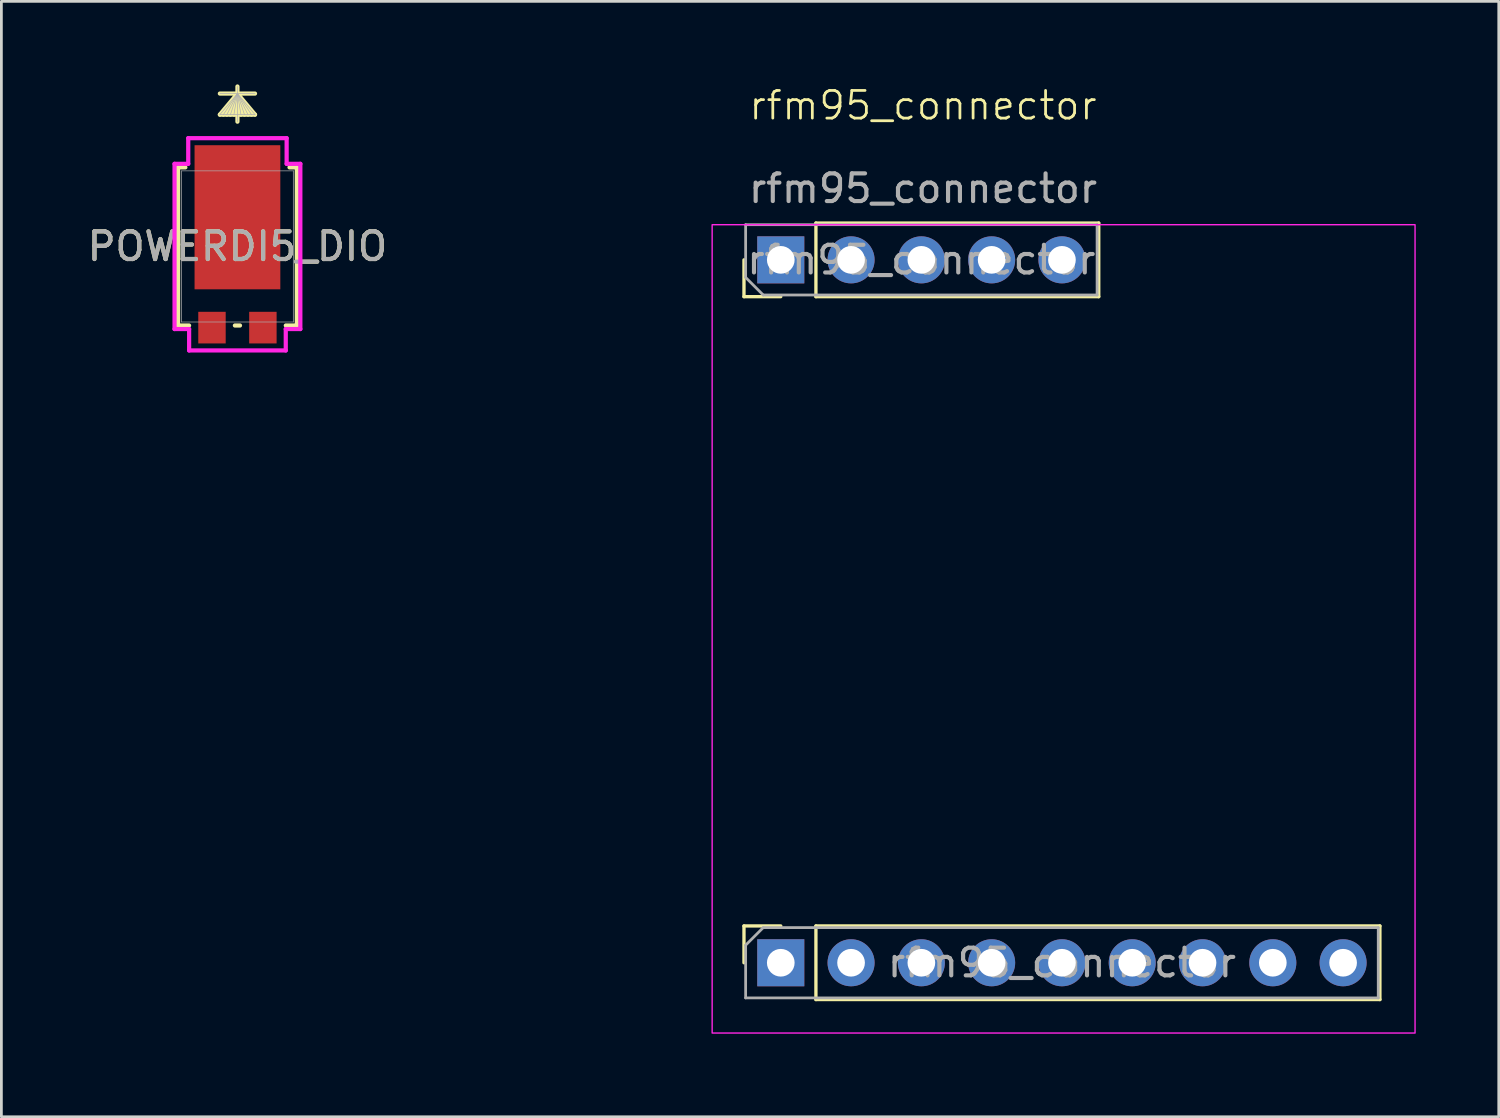
<source format=kicad_pcb>
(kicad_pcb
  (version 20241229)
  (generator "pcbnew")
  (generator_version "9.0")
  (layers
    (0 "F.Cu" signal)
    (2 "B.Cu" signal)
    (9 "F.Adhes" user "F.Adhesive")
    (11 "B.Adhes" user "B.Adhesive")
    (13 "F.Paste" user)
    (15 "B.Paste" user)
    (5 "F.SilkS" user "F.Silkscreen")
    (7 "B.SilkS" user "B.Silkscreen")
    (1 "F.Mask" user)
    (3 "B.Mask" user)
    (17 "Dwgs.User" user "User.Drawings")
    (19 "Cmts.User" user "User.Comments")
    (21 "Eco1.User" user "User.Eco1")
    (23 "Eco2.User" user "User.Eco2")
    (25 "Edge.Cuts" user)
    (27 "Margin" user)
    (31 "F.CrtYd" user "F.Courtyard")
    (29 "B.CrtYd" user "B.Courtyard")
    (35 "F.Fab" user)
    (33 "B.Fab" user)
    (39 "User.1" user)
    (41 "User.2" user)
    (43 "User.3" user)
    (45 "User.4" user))
  (footprint "rfm95_connector"
    (layer "F.Cu")
    (at 30.304 1.26)
    (property "Reference" "rfm95_connector" (at 0 -0.5 0) (unlocked yes) (layer "F.SilkS") (effects (font (size 1 1) (thickness 0.1))))
    (attr through_hole)
    (fp_line (start -6.47 6.41) (end -6.47 5.08) (stroke (width 0.12) (type solid)) (layer "F.SilkS"))
    (fp_line (start -6.47 29.15) (end -5.14 29.15) (stroke (width 0.12) (type solid)) (layer "F.SilkS"))
    (fp_line (start -6.47 30.48) (end -6.47 29.15) (stroke (width 0.12) (type solid)) (layer "F.SilkS"))
    (fp_line (start -5.14 6.41) (end -6.47 6.41) (stroke (width 0.12) (type solid)) (layer "F.SilkS"))
    (fp_line (start -3.87 3.75) (end 6.35 3.75) (stroke (width 0.12) (type solid)) (layer "F.SilkS"))
    (fp_line (start -3.87 6.41) (end -3.87 3.75) (stroke (width 0.12) (type solid)) (layer "F.SilkS"))
    (fp_line (start -3.87 6.41) (end 6.35 6.41) (stroke (width 0.12) (type solid)) (layer "F.SilkS"))
    (fp_line (start -3.87 29.15) (end 16.51 29.15) (stroke (width 0.12) (type solid)) (layer "F.SilkS"))
    (fp_line (start -3.87 31.81) (end -3.87 29.15) (stroke (width 0.12) (type solid)) (layer "F.SilkS"))
    (fp_line (start -3.87 31.81) (end 16.51 31.81) (stroke (width 0.12) (type solid)) (layer "F.SilkS"))
    (fp_line (start 6.35 6.41) (end 6.35 3.75) (stroke (width 0.12) (type solid)) (layer "F.SilkS"))
    (fp_line (start 16.51 31.81) (end 16.51 29.15) (stroke (width 0.12) (type solid)) (layer "F.SilkS"))
    (fp_rect (start -7.62 3.81) (end 17.78 33.02) (stroke (width 0.05) (type default)) (fill no) (layer "F.CrtYd"))
    (fp_line (start -6.41 3.81) (end 6.29 3.81) (stroke (width 0.1) (type solid)) (layer "F.Fab"))
    (fp_line (start -6.41 5.715) (end -6.41 3.81) (stroke (width 0.1) (type solid)) (layer "F.Fab"))
    (fp_line (start -6.41 29.845) (end -5.775 29.21) (stroke (width 0.1) (type solid)) (layer "F.Fab"))
    (fp_line (start -6.41 31.75) (end -6.41 29.845) (stroke (width 0.1) (type solid)) (layer "F.Fab"))
    (fp_line (start -5.775 6.35) (end -6.41 5.715) (stroke (width 0.1) (type solid)) (layer "F.Fab"))
    (fp_line (start -5.775 29.21) (end 16.45 29.21) (stroke (width 0.1) (type solid)) (layer "F.Fab"))
    (fp_line (start 6.29 3.81) (end 6.29 6.35) (stroke (width 0.1) (type solid)) (layer "F.Fab"))
    (fp_line (start 6.29 6.35) (end -5.775 6.35) (stroke (width 0.1) (type solid)) (layer "F.Fab"))
    (fp_line (start 16.45 29.21) (end 16.45 31.75) (stroke (width 0.1) (type solid)) (layer "F.Fab"))
    (fp_line (start 16.45 31.75) (end -6.41 31.75) (stroke (width 0.1) (type solid)) (layer "F.Fab"))
    (fp_text user "${REFERENCE}" (at 5.02 30.48 180) (layer "F.Fab") (effects (font (size 1 1) (thickness 0.15))))
    (fp_text user "${REFERENCE}" (at -0.06 5.08 180) (layer "F.Fab") (effects (font (size 1 1) (thickness 0.15))))
    (fp_text user "${REFERENCE}" (at 0 2.5 0) (unlocked yes) (layer "F.Fab") (effects (font (size 1 1) (thickness 0.15))))
    (dimension (type aligned) (layer "User.1") (pts (xy 25.164 6.34) (xy 25.164 31.741)) (height 5.02) (format (prefix "") (suffix "") (units 3) (units_format 1) (precision 4)) (style (thickness 0.1) (arrow_length 1.27) (text_position_mode 0) (arrow_direction outward) (extension_height 0.586) (extension_offset 0.5) (keep_text_aligned yes)) (gr_text "25.4000 mm" (at 18.994 19.041 90) (layer "User.1") (effects (font (size 1 1) (thickness 0.15)))))
    (pad "1" thru_hole rect (at -5.14 5.08 90) (size 1.7 1.7) (drill 1) (layers "*.Cu" "*.Mask"))
    (pad "1" thru_hole rect (at -5.14 30.48 90) (size 1.7 1.7) (drill 1) (layers "*.Cu" "*.Mask"))
    (pad "2" thru_hole oval (at -2.6 5.08 90) (size 1.7 1.7) (drill 1) (layers "*.Cu" "*.Mask"))
    (pad "2" thru_hole oval (at -2.6 30.48 90) (size 1.7 1.7) (drill 1) (layers "*.Cu" "*.Mask"))
    (pad "3" thru_hole oval (at -0.06 5.08 90) (size 1.7 1.7) (drill 1) (layers "*.Cu" "*.Mask"))
    (pad "3" thru_hole oval (at -0.06 30.48 90) (size 1.7 1.7) (drill 1) (layers "*.Cu" "*.Mask"))
    (pad "4" thru_hole oval (at 2.48 5.08 90) (size 1.7 1.7) (drill 1) (layers "*.Cu" "*.Mask"))
    (pad "4" thru_hole oval (at 2.48 30.48 90) (size 1.7 1.7) (drill 1) (layers "*.Cu" "*.Mask"))
    (pad "5" thru_hole oval (at 5.02 5.08 90) (size 1.7 1.7) (drill 1) (layers "*.Cu" "*.Mask"))
    (pad "5" thru_hole oval (at 5.02 30.48 90) (size 1.7 1.7) (drill 1) (layers "*.Cu" "*.Mask"))
    (pad "6" thru_hole oval (at 7.56 30.48 90) (size 1.7 1.7) (drill 1) (layers "*.Cu" "*.Mask"))
    (pad "7" thru_hole oval (at 10.1 30.48 90) (size 1.7 1.7) (drill 1) (layers "*.Cu" "*.Mask"))
    (pad "8" thru_hole oval (at 12.64 30.48 90) (size 1.7 1.7) (drill 1) (layers "*.Cu" "*.Mask"))
    (pad "9" thru_hole oval (at 15.18 30.48 90) (size 1.7 1.7) (drill 1) (layers "*.Cu" "*.Mask")))
  (footprint "POWERDI5_DIO"
    (layer "F.Cu")
    (at 5.53 5.855)
    (property "Reference" "POWERDI5_DIO" (at 0 0 0) (unlocked yes) (layer "F.SilkS") (effects (font (size 1 1) (thickness 0.15))))
    (attr smd)
    (fp_line (start -2.146 -2.857) (end -2.146 2.857) (stroke (width 0.152) (type solid)) (layer "F.SilkS"))
    (fp_line (start -2.146 2.857) (end -1.748 2.857) (stroke (width 0.152) (type solid)) (layer "F.SilkS"))
    (fp_line (start -1.882 -2.857) (end -2.146 -2.857) (stroke (width 0.152) (type solid)) (layer "F.SilkS"))
    (fp_line (start -0.092 2.857) (end 0.092 2.857) (stroke (width 0.152) (type solid)) (layer "F.SilkS"))
    (fp_line (start 0 -5.524) (end -0.635 -4.763) (stroke (width 0.152) (type solid)) (layer "F.SilkS"))
    (fp_line (start 0 -5.524) (end -0.508 -4.763) (stroke (width 0.152) (type solid)) (layer "F.SilkS"))
    (fp_line (start 0 -5.524) (end -0.381 -4.763) (stroke (width 0.152) (type solid)) (layer "F.SilkS"))
    (fp_line (start 0 -5.524) (end -0.254 -4.763) (stroke (width 0.152) (type solid)) (layer "F.SilkS"))
    (fp_line (start 0 -5.524) (end -0.127 -4.763) (stroke (width 0.152) (type solid)) (layer "F.SilkS"))
    (fp_line (start 0 -5.524) (end 0.127 -4.763) (stroke (width 0.152) (type solid)) (layer "F.SilkS"))
    (fp_line (start 0 -5.524) (end 0.254 -4.763) (stroke (width 0.152) (type solid)) (layer "F.SilkS"))
    (fp_line (start 0 -5.524) (end 0.381 -4.763) (stroke (width 0.152) (type solid)) (layer "F.SilkS"))
    (fp_line (start 0 -5.524) (end 0.508 -4.763) (stroke (width 0.152) (type solid)) (layer "F.SilkS"))
    (fp_line (start 0 -5.524) (end 0.635 -4.763) (stroke (width 0.152) (type solid)) (layer "F.SilkS"))
    (fp_line (start 0 -4.508) (end 0 -5.779) (stroke (width 0.152) (type solid)) (layer "F.SilkS"))
    (fp_line (start 0.635 -5.524) (end -0.635 -5.524) (stroke (width 0.152) (type solid)) (layer "F.SilkS"))
    (fp_line (start 0.635 -4.763) (end -0.635 -4.763) (stroke (width 0.152) (type solid)) (layer "F.SilkS"))
    (fp_line (start 1.748 2.857) (end 2.146 2.857) (stroke (width 0.152) (type solid)) (layer "F.SilkS"))
    (fp_line (start 2.146 -2.857) (end 1.882 -2.857) (stroke (width 0.152) (type solid)) (layer "F.SilkS"))
    (fp_line (start 2.146 2.857) (end 2.146 -2.857) (stroke (width 0.152) (type solid)) (layer "F.SilkS"))
    (fp_line (start -2.273 -2.985) (end -1.778 -2.985) (stroke (width 0.152) (type solid)) (layer "F.CrtYd"))
    (fp_line (start -2.273 2.985) (end -2.273 -2.985) (stroke (width 0.152) (type solid)) (layer "F.CrtYd"))
    (fp_line (start -1.778 -3.912) (end -1.778 -2.985) (stroke (width 0.152) (type solid)) (layer "F.CrtYd"))
    (fp_line (start -1.778 -3.912) (end 1.778 -3.912) (stroke (width 0.152) (type solid)) (layer "F.CrtYd"))
    (fp_line (start -1.746 2.985) (end -2.273 2.985) (stroke (width 0.152) (type solid)) (layer "F.CrtYd"))
    (fp_line (start -1.746 2.985) (end -1.746 3.759) (stroke (width 0.152) (type solid)) (layer "F.CrtYd"))
    (fp_line (start -1.746 3.759) (end 1.746 3.759) (stroke (width 0.152) (type solid)) (layer "F.CrtYd"))
    (fp_line (start 1.746 2.985) (end 1.746 3.759) (stroke (width 0.152) (type solid)) (layer "F.CrtYd"))
    (fp_line (start 1.778 -3.912) (end 1.778 -2.985) (stroke (width 0.152) (type solid)) (layer "F.CrtYd"))
    (fp_line (start 2.273 -2.985) (end 1.778 -2.985) (stroke (width 0.152) (type solid)) (layer "F.CrtYd"))
    (fp_line (start 2.273 -2.985) (end 2.273 2.985) (stroke (width 0.152) (type solid)) (layer "F.CrtYd"))
    (fp_line (start 2.273 2.985) (end 1.746 2.985) (stroke (width 0.152) (type solid)) (layer "F.CrtYd"))
    (fp_line (start -2.019 -2.731) (end -2.019 2.731) (stroke (width 0.025) (type solid)) (layer "F.Fab"))
    (fp_line (start -2.019 2.731) (end 2.019 2.731) (stroke (width 0.025) (type solid)) (layer "F.Fab"))
    (fp_line (start 0 -5.524) (end -0.635 -4.763) (stroke (width 0.025) (type solid)) (layer "F.Fab"))
    (fp_line (start 0 -5.524) (end -0.508 -4.763) (stroke (width 0.025) (type solid)) (layer "F.Fab"))
    (fp_line (start 0 -5.524) (end -0.381 -4.763) (stroke (width 0.025) (type solid)) (layer "F.Fab"))
    (fp_line (start 0 -5.524) (end -0.254 -4.763) (stroke (width 0.025) (type solid)) (layer "F.Fab"))
    (fp_line (start 0 -5.524) (end -0.127 -4.763) (stroke (width 0.025) (type solid)) (layer "F.Fab"))
    (fp_line (start 0 -5.524) (end 0.127 -4.763) (stroke (width 0.025) (type solid)) (layer "F.Fab"))
    (fp_line (start 0 -5.524) (end 0.254 -4.763) (stroke (width 0.025) (type solid)) (layer "F.Fab"))
    (fp_line (start 0 -5.524) (end 0.381 -4.763) (stroke (width 0.025) (type solid)) (layer "F.Fab"))
    (fp_line (start 0 -5.524) (end 0.508 -4.763) (stroke (width 0.025) (type solid)) (layer "F.Fab"))
    (fp_line (start 0 -5.524) (end 0.635 -4.763) (stroke (width 0.025) (type solid)) (layer "F.Fab"))
    (fp_line (start 0 -4.508) (end 0 -5.779) (stroke (width 0.025) (type solid)) (layer "F.Fab"))
    (fp_line (start 0.635 -5.524) (end -0.635 -5.524) (stroke (width 0.025) (type solid)) (layer "F.Fab"))
    (fp_line (start 0.635 -4.763) (end -0.635 -4.763) (stroke (width 0.025) (type solid)) (layer "F.Fab"))
    (fp_line (start 2.019 -2.731) (end -2.019 -2.731) (stroke (width 0.025) (type solid)) (layer "F.Fab"))
    (fp_line (start 2.019 2.731) (end 2.019 -2.731) (stroke (width 0.025) (type solid)) (layer "F.Fab"))
    (fp_text user "${REFERENCE}" (at 0 0 0) (unlocked yes) (layer "F.Fab") (effects (font (size 1 1) (thickness 0.15))))
    (pad "1" smd rect (at 0 -1.054 90) (size 5.207 3.099) (layers "F.Cu" "F.Mask" "F.Paste"))
    (pad "2" smd rect (at -0.92 2.934 90) (size 1.143 0.991) (layers "F.Cu" "F.Mask" "F.Paste"))
    (pad "3" smd rect (at 0.92 2.934 90) (size 1.143 0.991) (layers "F.Cu" "F.Mask" "F.Paste")))
  (gr_rect
    (start -3 -3)
    (end 51.109 37.306)
    (stroke (width 0.1) (type default))
    (fill no)
    (layer "Edge.Cuts")))
</source>
